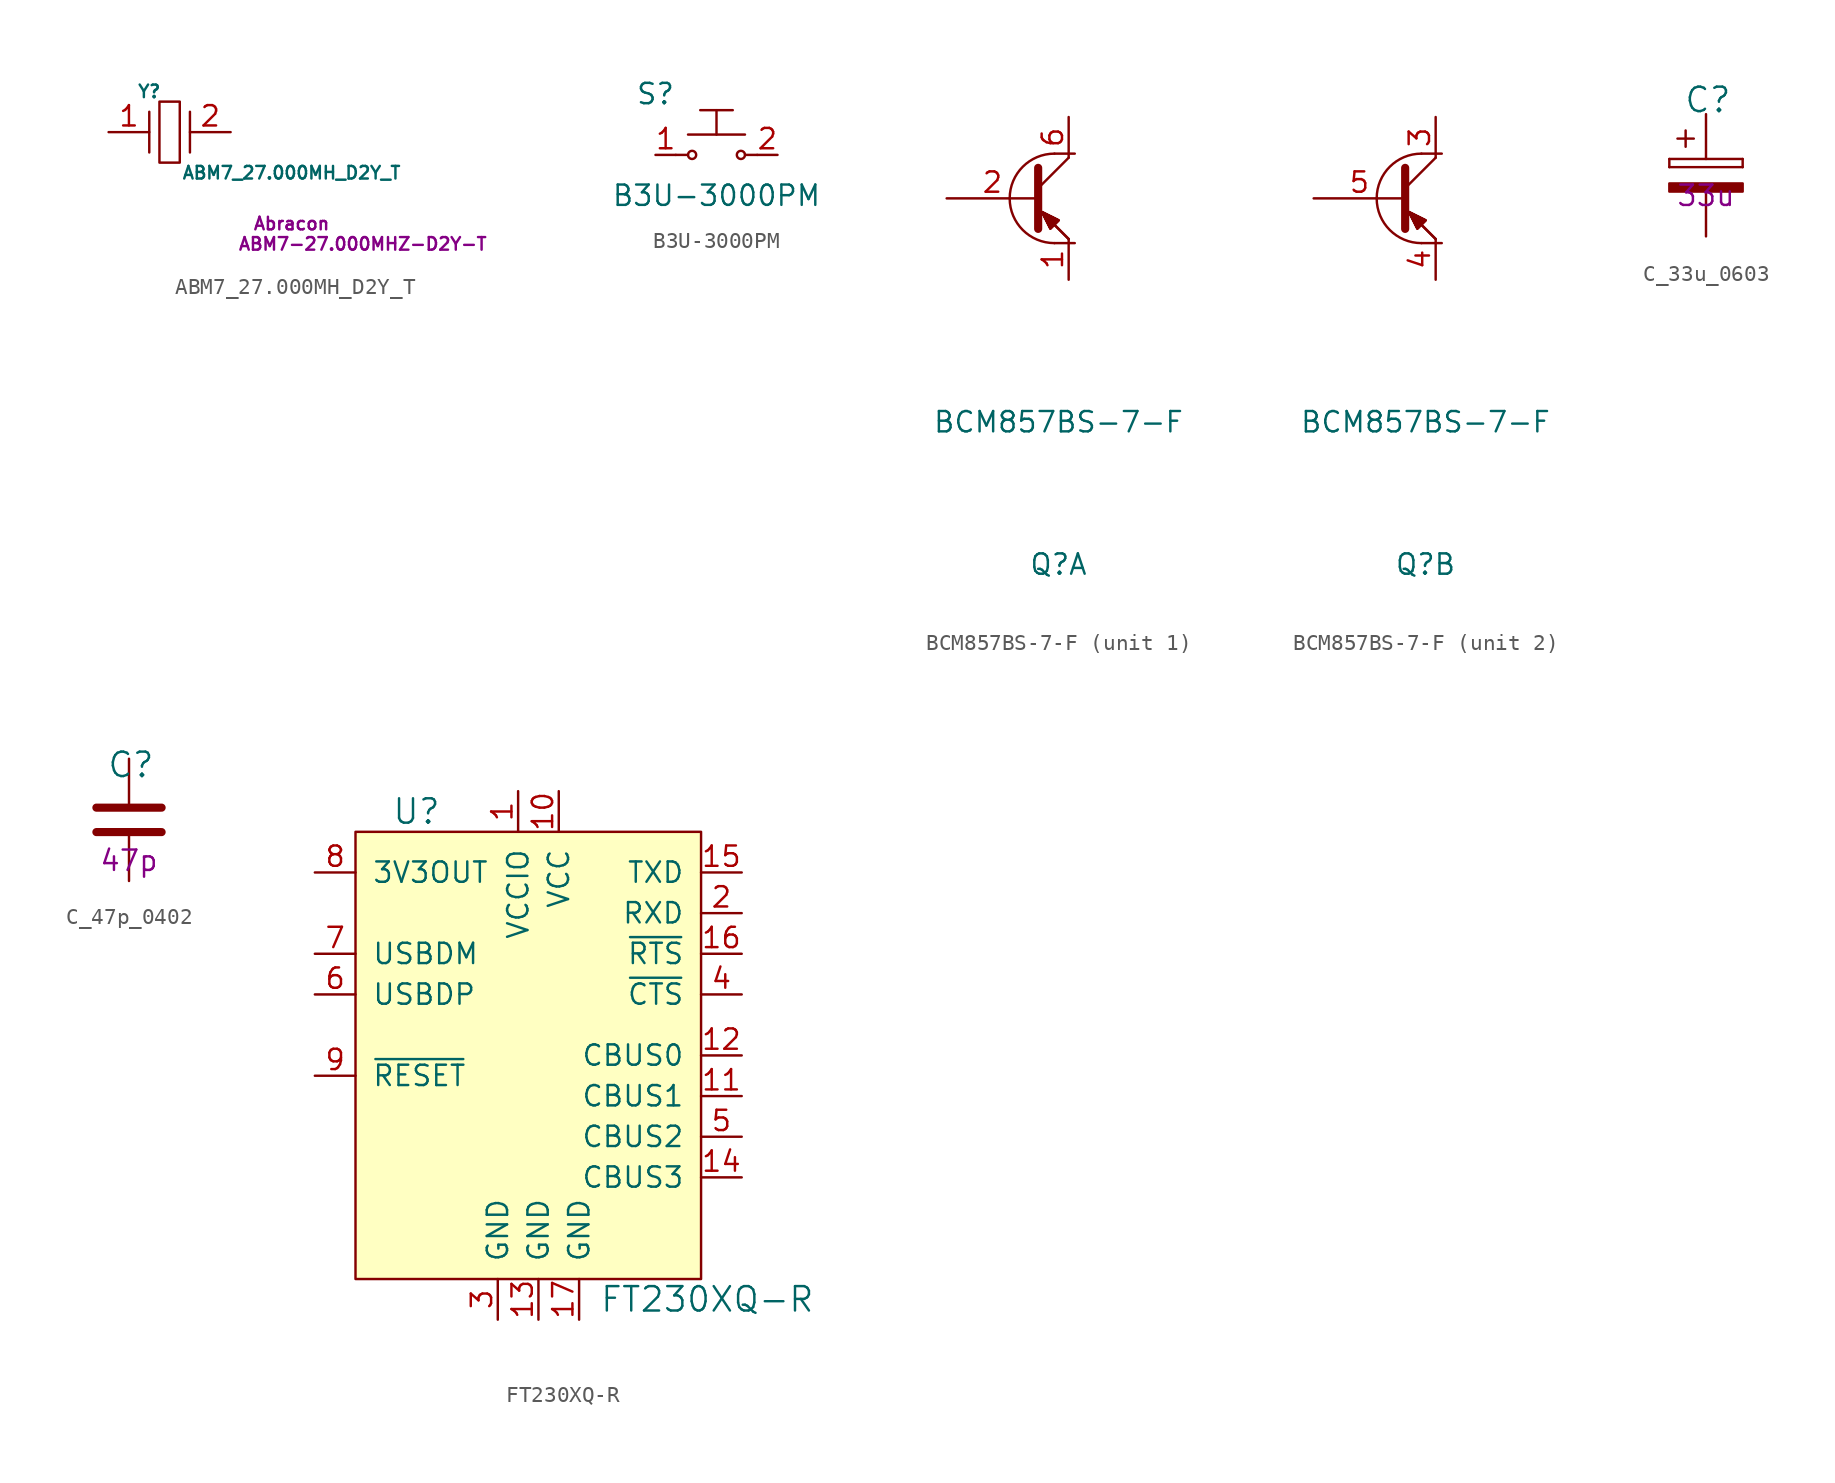
<source format=kicad_sym>
(kicad_symbol_lib
  (version 20211014)
  (generator kicad_symbol_editor)
  (symbol "ABM7_27.000MH_D2Y_T"
    (pin_names
      (offset 1.016))
    (property "Reference" "Y"
      (at -1.27 2.54 0)
      (effects (font (size 0.787 0.787))))
    (property "Value" "ABM7_27.000MH_D2Y_T"
      (at 7.62 -2.54 0)
      (effects (font (size 0.787 0.787))))
    (property "MPN" "ABM7-27.000MHZ-D2Y-T"
      (at 12.065 -6.985 0)
      (effects (font (size 0.787 0.787))))
    (property "Manufacturer" "Abracon"
      (at 7.62 -5.715 0)
      (effects (font (size 0.787 0.787))))
    (symbol "ABM7_27.000MH_D2Y_T_0_1"
      (rectangle (start -0.635 1.905) (end 0.635 -1.905) (stroke (width 0) (type default) (color 0 0 0 0)) (fill (type none)))
      (polyline (pts (xy 1.27 -1.27) (xy 1.27 1.27)) (stroke (width 0) (type default) (color 0 0 0 0)) (fill (type none))))
    (symbol "ABM7_27.000MH_D2Y_T_1_1"
      (polyline (pts (xy -1.27 1.27) (xy -1.27 -1.27)) (stroke (width 0) (type default) (color 0 0 0 0)) (fill (type none)))
      (pin passive line (at -3.81 0 0) (length 2.54) (name "~" (effects (font (size 1.27 1.27)))) (number "1" (effects (font (size 1.27 1.27)))))
      (pin passive line (at 3.81 0 180) (length 2.54) (name "~" (effects (font (size 1.27 1.27)))) (number "2" (effects (font (size 1.27 1.27)))))))
  (symbol "B3U-3000PM"
    (pin_names
      (offset 1.016))
    (property "Reference" "S"
      (at -3.81 3.81 0)
      (effects (font (size 1.27 1.27))))
    (property "Value" "B3U-3000PM"
      (at 0 -2.54 0)
      (effects (font (size 1.27 1.27))))
    (symbol "B3U-3000PM_0_1"
      (circle (center -1.524 0) (radius 0.254) (stroke (width 0) (type default) (color 0 0 0 0)) (fill (type none)))
      (polyline (pts (xy -2.54 0) (xy -1.778 0)) (stroke (width 0) (type default) (color 0 0 0 0)) (fill (type none)))
      (polyline (pts (xy -1.778 1.27) (xy 1.778 1.27)) (stroke (width 0) (type default) (color 0 0 0 0)) (fill (type none)))
      (polyline (pts (xy -1.016 2.794) (xy 1.016 2.794)) (stroke (width 0) (type default) (color 0 0 0 0)) (fill (type none)))
      (polyline (pts (xy 0 1.27) (xy 0 2.794)) (stroke (width 0) (type default) (color 0 0 0 0)) (fill (type none)))
      (polyline (pts (xy 2.54 0) (xy 1.778 0)) (stroke (width 0) (type default) (color 0 0 0 0)) (fill (type none)))
      (circle (center 1.524 0) (radius 0.254) (stroke (width 0) (type default) (color 0 0 0 0)) (fill (type none))))
    (symbol "B3U-3000PM_1_1"
      (pin passive line (at -3.81 0 0) (length 1.27) (name "~" (effects (font (size 1.27 1.27)))) (number "1" (effects (font (size 1.27 1.27)))))
      (pin passive line (at 3.81 0 180) (length 1.27) (name "~" (effects (font (size 1.27 1.27)))) (number "2" (effects (font (size 1.27 1.27)))))))
  (symbol "BCM857BS-7-F"
    (pin_names
      (offset 1.016))
    (property "Reference" "Q"
      (at 0 -22.86 0)
      (effects (font (size 1.27 1.27))))
    (property "Value" "BCM857BS-7-F"
      (at 0 -13.97 0)
      (effects (font (size 1.27 1.27))))
    (symbol "BCM857BS-7-F_0_1"
      (arc (start -3.048 0) (mid -2.2297 -1.9757) (end -0.254 -2.794) (stroke (width 0) (type default) (color 0 0 0 0)) (fill (type none)))
      (arc (start -0.254 2.794) (mid -2.2297 1.9757) (end -3.048 0) (stroke (width 0) (type default) (color 0 0 0 0)) (fill (type none)))
      (polyline (pts (xy -0.254 -2.794) (xy 1.016 -2.794)) (stroke (width 0) (type default) (color 0 0 0 0)) (fill (type none)))
      (polyline (pts (xy -0.254 2.794) (xy 1.016 2.794)) (stroke (width 0) (type default) (color 0 0 0 0)) (fill (type none))))
    (symbol "BCM857BS-7-F_1_1"
      (polyline (pts (xy -1.27 0.635) (xy 0.635 2.54)) (stroke (width 0) (type default) (color 0 0 0 0)) (fill (type none)))
      (polyline (pts (xy -1.27 -0.635) (xy 0.635 -2.54) (xy 0.635 -2.54)) (stroke (width 0) (type default) (color 0 0 0 0)) (fill (type none)))
      (polyline (pts (xy -1.27 -0.635) (xy 0.635 -2.54) (xy 0.635 -2.54)) (stroke (width 0) (type default) (color 0 0 0 0)) (fill (type none)))
      (polyline (pts (xy -1.27 1.905) (xy -1.27 -1.905) (xy -1.27 -1.905)) (stroke (width 0.508) (type default) (color 0 0 0 0)) (fill (type none)))
      (polyline (pts (xy -0.508 -1.88) (xy 0 -1.372) (xy -1.016 -0.864) (xy -0.508 -1.88) (xy -0.508 -1.88)) (stroke (width 0) (type default) (color 0 0 0 0)) (fill (type outline)))
      (polyline (pts (xy -0.508 -1.88) (xy 0 -1.372) (xy -1.016 -0.864) (xy -0.508 -1.88) (xy -0.508 -1.88)) (stroke (width 0) (type default) (color 0 0 0 0)) (fill (type outline)))
      (polyline (pts (xy -0.508 -1.88) (xy 0 -1.372) (xy -1.016 -0.864) (xy -0.508 -1.88) (xy -0.508 -1.88)) (stroke (width 0) (type default) (color 0 0 0 0)) (fill (type outline)))
      (polyline (pts (xy -0.508 -1.88) (xy 0 -1.372) (xy -1.016 -0.864) (xy -0.508 -1.88) (xy -0.508 -1.88)) (stroke (width 0) (type default) (color 0 0 0 0)) (fill (type outline)))
      (pin passive line (at 0.635 -5.08 90) (length 2.54) (name "~" (effects (font (size 1.27 1.27)))) (number "1" (effects (font (size 1.27 1.27)))))
      (pin input line (at -6.985 0 0) (length 5.715) (name "~" (effects (font (size 1.27 1.27)))) (number "2" (effects (font (size 1.27 1.27)))))
      (pin passive line (at 0.635 5.08 270) (length 2.54) (name "~" (effects (font (size 1.27 1.27)))) (number "6" (effects (font (size 1.27 1.27))))))
    (symbol "BCM857BS-7-F_2_1"
      (polyline (pts (xy -1.27 0.635) (xy 0.635 2.54)) (stroke (width 0) (type default) (color 0 0 0 0)) (fill (type none)))
      (polyline (pts (xy -1.27 -0.635) (xy 0.635 -2.54) (xy 0.635 -2.54)) (stroke (width 0) (type default) (color 0 0 0 0)) (fill (type none)))
      (polyline (pts (xy -1.27 -0.635) (xy 0.635 -2.54) (xy 0.635 -2.54)) (stroke (width 0) (type default) (color 0 0 0 0)) (fill (type none)))
      (polyline (pts (xy -1.27 1.905) (xy -1.27 -1.905) (xy -1.27 -1.905)) (stroke (width 0.508) (type default) (color 0 0 0 0)) (fill (type none)))
      (polyline (pts (xy -0.508 -1.88) (xy 0 -1.372) (xy -1.016 -0.864) (xy -0.508 -1.88) (xy -0.508 -1.88)) (stroke (width 0) (type default) (color 0 0 0 0)) (fill (type outline)))
      (polyline (pts (xy -0.508 -1.88) (xy 0 -1.372) (xy -1.016 -0.864) (xy -0.508 -1.88) (xy -0.508 -1.88)) (stroke (width 0) (type default) (color 0 0 0 0)) (fill (type outline)))
      (polyline (pts (xy -0.508 -1.88) (xy 0 -1.372) (xy -1.016 -0.864) (xy -0.508 -1.88) (xy -0.508 -1.88)) (stroke (width 0) (type default) (color 0 0 0 0)) (fill (type outline)))
      (polyline (pts (xy -0.508 -1.88) (xy 0 -1.372) (xy -1.016 -0.864) (xy -0.508 -1.88) (xy -0.508 -1.88)) (stroke (width 0) (type default) (color 0 0 0 0)) (fill (type outline)))
      (pin passive line (at 0.635 5.08 270) (length 2.54) (name "~" (effects (font (size 1.27 1.27)))) (number "3" (effects (font (size 1.27 1.27)))))
      (pin passive line (at 0.635 -5.08 90) (length 2.54) (name "~" (effects (font (size 1.27 1.27)))) (number "4" (effects (font (size 1.27 1.27)))))
      (pin input line (at -6.985 0 0) (length 5.715) (name "~" (effects (font (size 1.27 1.27)))) (number "5" (effects (font (size 1.27 1.27)))))))
  (symbol "C_33u_0603"
    (pin_names
      (offset 0))
    (property "Reference" "C"
      (at -1.397 3.429 0)
      (effects (font (size 1.524 1.524)) (justify left)))
    (property "Val" "33u"
      (at 0 -2.54 0)
      (effects (font (size 1.27 1.27))))
    (symbol "C_33u_0603_1_1"
      (rectangle (start -2.286 -0.762) (end -2.286 -0.254) (stroke (width 0) (type default) (color 0 0 0 0)) (fill (type none)))
      (rectangle (start -2.286 -0.762) (end 2.286 -0.762) (stroke (width 0) (type default) (color 0 0 0 0)) (fill (type none)))
      (polyline (pts (xy -1.778 1.016) (xy -0.762 1.016)) (stroke (width 0) (type default) (color 0 0 0 0)) (fill (type none)))
      (polyline (pts (xy -1.27 1.524) (xy -1.27 0.508)) (stroke (width 0) (type default) (color 0 0 0 0)) (fill (type none)))
      (rectangle (start 2.286 -1.778) (end -2.286 -2.286) (stroke (width 0) (type default) (color 0 0 0 0)) (fill (type outline)))
      (rectangle (start 2.286 -0.254) (end -2.286 -0.254) (stroke (width 0) (type default) (color 0 0 0 0)) (fill (type none)))
      (rectangle (start 2.286 -0.254) (end 2.286 -0.762) (stroke (width 0) (type default) (color 0 0 0 0)) (fill (type none)))
      (pin passive line (at 0 2.54 270) (length 2.794) (name "~" (effects (font (size 0 0)))) (number "1" (effects (font (size 0 0)))))
      (pin passive line (at 0 -5.08 90) (length 2.794) (name "~" (effects (font (size 0 0)))) (number "2" (effects (font (size 0 0)))))))
  (symbol "C_47p_0402"
    (pin_names
      (offset 0))
    (property "Reference" "C"
      (at -1.397 3.429 0)
      (effects (font (size 1.524 1.524)) (justify left)))
    (property "Val" "47p"
      (at 0 -2.54 0)
      (effects (font (size 1.27 1.27))))
    (symbol "C_47p_0402_1_1"
      (polyline (pts (xy -2.032 -0.762) (xy 2.032 -0.762)) (stroke (width 0.508) (type default) (color 0 0 0 0)) (fill (type none)))
      (polyline (pts (xy -2.032 0.762) (xy 2.032 0.762)) (stroke (width 0.508) (type default) (color 0 0 0 0)) (fill (type none)))
      (pin passive line (at 0 3.81 270) (length 2.794) (name "~" (effects (font (size 0 0)))) (number "1" (effects (font (size 0 0)))))
      (pin passive line (at 0 -3.81 90) (length 2.794) (name "~" (effects (font (size 0 0)))) (number "2" (effects (font (size 0 0)))))))
  (symbol "FT230XQ-R"
    (pin_names
      (offset 1.016))
    (property "Reference" "U"
      (at -7.62 11.43 0)
      (effects (font (size 1.524 1.524))))
    (property "Value" "FT230XQ-R"
      (at 3.81 -19.05 0)
      (effects (font (size 1.524 1.524)) (justify left)))
    (symbol "FT230XQ-R_0_1"
      (rectangle (start -11.43 10.16) (end 10.16 -17.78) (stroke (width 0) (type default) (color 0 0 0 0)) (fill (type background))))
    (symbol "FT230XQ-R_1_1"
      (pin power_in line (at -1.27 12.7 270) (length 2.54) (name "VCCIO" (effects (font (size 1.27 1.27)))) (number "1" (effects (font (size 1.27 1.27)))))
      (pin power_in line (at 1.27 12.7 270) (length 2.54) (name "VCC" (effects (font (size 1.27 1.27)))) (number "10" (effects (font (size 1.27 1.27)))))
      (pin bidirectional line (at 12.7 -6.35 180) (length 2.54) (name "CBUS1" (effects (font (size 1.27 1.27)))) (number "11" (effects (font (size 1.27 1.27)))))
      (pin bidirectional line (at 12.7 -3.81 180) (length 2.54) (name "CBUS0" (effects (font (size 1.27 1.27)))) (number "12" (effects (font (size 1.27 1.27)))))
      (pin power_in line (at 0 -20.32 90) (length 2.54) (name "GND" (effects (font (size 1.27 1.27)))) (number "13" (effects (font (size 1.27 1.27)))))
      (pin bidirectional line (at 12.7 -11.43 180) (length 2.54) (name "CBUS3" (effects (font (size 1.27 1.27)))) (number "14" (effects (font (size 1.27 1.27)))))
      (pin output line (at 12.7 7.62 180) (length 2.54) (name "TXD" (effects (font (size 1.27 1.27)))) (number "15" (effects (font (size 1.27 1.27)))))
      (pin output line (at 12.7 2.54 180) (length 2.54) (name "~{RTS}" (effects (font (size 1.27 1.27)))) (number "16" (effects (font (size 1.27 1.27)))))
      (pin power_in line (at 2.54 -20.32 90) (length 2.54) (name "GND" (effects (font (size 1.27 1.27)))) (number "17" (effects (font (size 1.27 1.27)))))
      (pin input line (at 12.7 5.08 180) (length 2.54) (name "RXD" (effects (font (size 1.27 1.27)))) (number "2" (effects (font (size 1.27 1.27)))))
      (pin power_in line (at -2.54 -20.32 90) (length 2.54) (name "GND" (effects (font (size 1.27 1.27)))) (number "3" (effects (font (size 1.27 1.27)))))
      (pin input line (at 12.7 0 180) (length 2.54) (name "~{CTS}" (effects (font (size 1.27 1.27)))) (number "4" (effects (font (size 1.27 1.27)))))
      (pin bidirectional line (at 12.7 -8.89 180) (length 2.54) (name "CBUS2" (effects (font (size 1.27 1.27)))) (number "5" (effects (font (size 1.27 1.27)))))
      (pin input line (at -13.97 0 0) (length 2.54) (name "USBDP" (effects (font (size 1.27 1.27)))) (number "6" (effects (font (size 1.27 1.27)))))
      (pin input line (at -13.97 2.54 0) (length 2.54) (name "USBDM" (effects (font (size 1.27 1.27)))) (number "7" (effects (font (size 1.27 1.27)))))
      (pin passive line (at -13.97 7.62 0) (length 2.54) (name "3V3OUT" (effects (font (size 1.27 1.27)))) (number "8" (effects (font (size 1.27 1.27)))))
      (pin input line (at -13.97 -5.08 0) (length 2.54) (name "~{RESET}" (effects (font (size 1.27 1.27)))) (number "9" (effects (font (size 1.27 1.27))))))))
</source>
